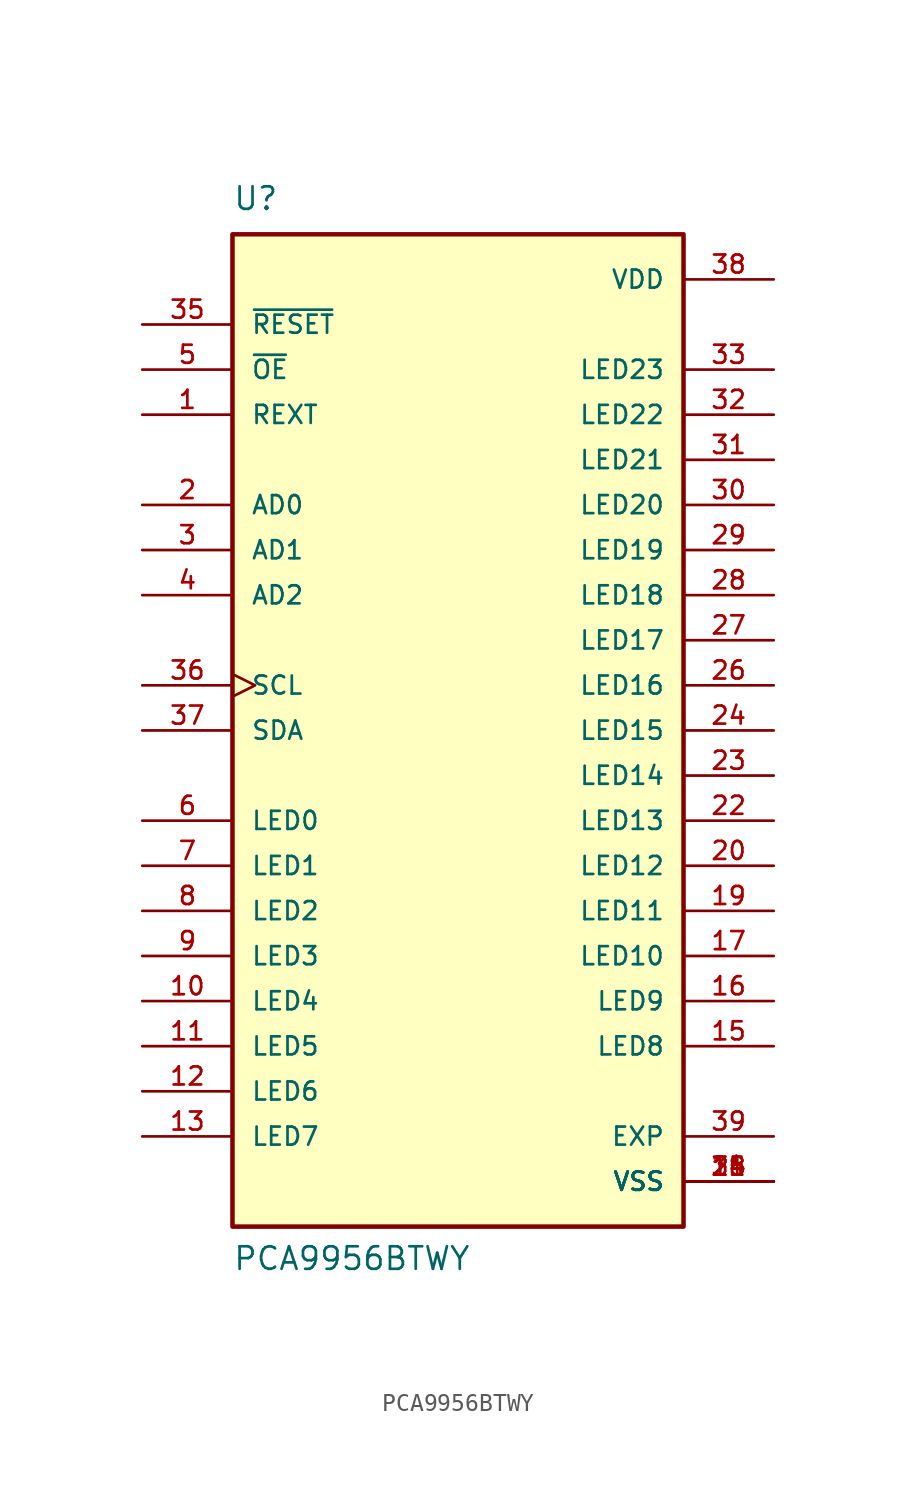
<source format=kicad_sym>
(kicad_symbol_lib
  (version 20211014)
  (generator kicad_symbol_editor)
  (symbol "PCA9956BTWY"
    (pin_names
      (offset 1.016))
    (property "Reference" "U"
      (at -12.7 29.21 0)
      (effects (font (size 1.27 1.27)) (justify left bottom)))
    (property "Value" "PCA9956BTWY"
      (at -12.7 -30.48 0)
      (effects (font (size 1.27 1.27)) (justify left bottom)))
    (property "ki_locked" ""
      (at 0 0 0)
      (effects (font (size 1.27 1.27))))
    (symbol "PCA9956BTWY_0_0"
      (rectangle (start -12.7 -27.94) (end 12.7 27.94) (stroke (width 0.254) (type default) (color 0 0 0 0)) (fill (type background)))
      (pin input line (at -17.78 17.78 0) (length 5.08) (name "REXT" (effects (font (size 1.016 1.016)))) (number "1" (effects (font (size 1.016 1.016)))))
      (pin output line (at -17.78 -15.24 0) (length 5.08) (name "LED4" (effects (font (size 1.016 1.016)))) (number "10" (effects (font (size 1.016 1.016)))))
      (pin output line (at -17.78 -17.78 0) (length 5.08) (name "LED5" (effects (font (size 1.016 1.016)))) (number "11" (effects (font (size 1.016 1.016)))))
      (pin output line (at -17.78 -20.32 0) (length 5.08) (name "LED6" (effects (font (size 1.016 1.016)))) (number "12" (effects (font (size 1.016 1.016)))))
      (pin output line (at -17.78 -22.86 0) (length 5.08) (name "LED7" (effects (font (size 1.016 1.016)))) (number "13" (effects (font (size 1.016 1.016)))))
      (pin power_in line (at 17.78 -25.4 180) (length 5.08) (name "VSS" (effects (font (size 1.016 1.016)))) (number "14" (effects (font (size 1.016 1.016)))))
      (pin output line (at 17.78 -17.78 180) (length 5.08) (name "LED8" (effects (font (size 1.016 1.016)))) (number "15" (effects (font (size 1.016 1.016)))))
      (pin output line (at 17.78 -15.24 180) (length 5.08) (name "LED9" (effects (font (size 1.016 1.016)))) (number "16" (effects (font (size 1.016 1.016)))))
      (pin output line (at 17.78 -12.7 180) (length 5.08) (name "LED10" (effects (font (size 1.016 1.016)))) (number "17" (effects (font (size 1.016 1.016)))))
      (pin power_in line (at 17.78 -25.4 180) (length 5.08) (name "VSS" (effects (font (size 1.016 1.016)))) (number "18" (effects (font (size 1.016 1.016)))))
      (pin output line (at 17.78 -10.16 180) (length 5.08) (name "LED11" (effects (font (size 1.016 1.016)))) (number "19" (effects (font (size 1.016 1.016)))))
      (pin input line (at -17.78 12.7 0) (length 5.08) (name "AD0" (effects (font (size 1.016 1.016)))) (number "2" (effects (font (size 1.016 1.016)))))
      (pin output line (at 17.78 -7.62 180) (length 5.08) (name "LED12" (effects (font (size 1.016 1.016)))) (number "20" (effects (font (size 1.016 1.016)))))
      (pin power_in line (at 17.78 -25.4 180) (length 5.08) (name "VSS" (effects (font (size 1.016 1.016)))) (number "21" (effects (font (size 1.016 1.016)))))
      (pin output line (at 17.78 -5.08 180) (length 5.08) (name "LED13" (effects (font (size 1.016 1.016)))) (number "22" (effects (font (size 1.016 1.016)))))
      (pin output line (at 17.78 -2.54 180) (length 5.08) (name "LED14" (effects (font (size 1.016 1.016)))) (number "23" (effects (font (size 1.016 1.016)))))
      (pin output line (at 17.78 0 180) (length 5.08) (name "LED15" (effects (font (size 1.016 1.016)))) (number "24" (effects (font (size 1.016 1.016)))))
      (pin power_in line (at 17.78 -25.4 180) (length 5.08) (name "VSS" (effects (font (size 1.016 1.016)))) (number "25" (effects (font (size 1.016 1.016)))))
      (pin output line (at 17.78 2.54 180) (length 5.08) (name "LED16" (effects (font (size 1.016 1.016)))) (number "26" (effects (font (size 1.016 1.016)))))
      (pin output line (at 17.78 5.08 180) (length 5.08) (name "LED17" (effects (font (size 1.016 1.016)))) (number "27" (effects (font (size 1.016 1.016)))))
      (pin output line (at 17.78 7.62 180) (length 5.08) (name "LED18" (effects (font (size 1.016 1.016)))) (number "28" (effects (font (size 1.016 1.016)))))
      (pin output line (at 17.78 10.16 180) (length 5.08) (name "LED19" (effects (font (size 1.016 1.016)))) (number "29" (effects (font (size 1.016 1.016)))))
      (pin input line (at -17.78 10.16 0) (length 5.08) (name "AD1" (effects (font (size 1.016 1.016)))) (number "3" (effects (font (size 1.016 1.016)))))
      (pin output line (at 17.78 12.7 180) (length 5.08) (name "LED20" (effects (font (size 1.016 1.016)))) (number "30" (effects (font (size 1.016 1.016)))))
      (pin output line (at 17.78 15.24 180) (length 5.08) (name "LED21" (effects (font (size 1.016 1.016)))) (number "31" (effects (font (size 1.016 1.016)))))
      (pin output line (at 17.78 17.78 180) (length 5.08) (name "LED22" (effects (font (size 1.016 1.016)))) (number "32" (effects (font (size 1.016 1.016)))))
      (pin output line (at 17.78 20.32 180) (length 5.08) (name "LED23" (effects (font (size 1.016 1.016)))) (number "33" (effects (font (size 1.016 1.016)))))
      (pin power_in line (at 17.78 -25.4 180) (length 5.08) (name "VSS" (effects (font (size 1.016 1.016)))) (number "34" (effects (font (size 1.016 1.016)))))
      (pin input line (at -17.78 22.86 0) (length 5.08) (name "~{RESET}" (effects (font (size 1.016 1.016)))) (number "35" (effects (font (size 1.016 1.016)))))
      (pin input clock (at -17.78 2.54 0) (length 5.08) (name "SCL" (effects (font (size 1.016 1.016)))) (number "36" (effects (font (size 1.016 1.016)))))
      (pin bidirectional line (at -17.78 0 0) (length 5.08) (name "SDA" (effects (font (size 1.016 1.016)))) (number "37" (effects (font (size 1.016 1.016)))))
      (pin power_in line (at 17.78 25.4 180) (length 5.08) (name "VDD" (effects (font (size 1.016 1.016)))) (number "38" (effects (font (size 1.016 1.016)))))
      (pin power_in line (at 17.78 -22.86 180) (length 5.08) (name "EXP" (effects (font (size 1.016 1.016)))) (number "39" (effects (font (size 1.016 1.016)))))
      (pin input line (at -17.78 7.62 0) (length 5.08) (name "AD2" (effects (font (size 1.016 1.016)))) (number "4" (effects (font (size 1.016 1.016)))))
      (pin input line (at -17.78 20.32 0) (length 5.08) (name "~{OE}" (effects (font (size 1.016 1.016)))) (number "5" (effects (font (size 1.016 1.016)))))
      (pin output line (at -17.78 -5.08 0) (length 5.08) (name "LED0" (effects (font (size 1.016 1.016)))) (number "6" (effects (font (size 1.016 1.016)))))
      (pin output line (at -17.78 -7.62 0) (length 5.08) (name "LED1" (effects (font (size 1.016 1.016)))) (number "7" (effects (font (size 1.016 1.016)))))
      (pin output line (at -17.78 -10.16 0) (length 5.08) (name "LED2" (effects (font (size 1.016 1.016)))) (number "8" (effects (font (size 1.016 1.016)))))
      (pin output line (at -17.78 -12.7 0) (length 5.08) (name "LED3" (effects (font (size 1.016 1.016)))) (number "9" (effects (font (size 1.016 1.016))))))))
</source>
